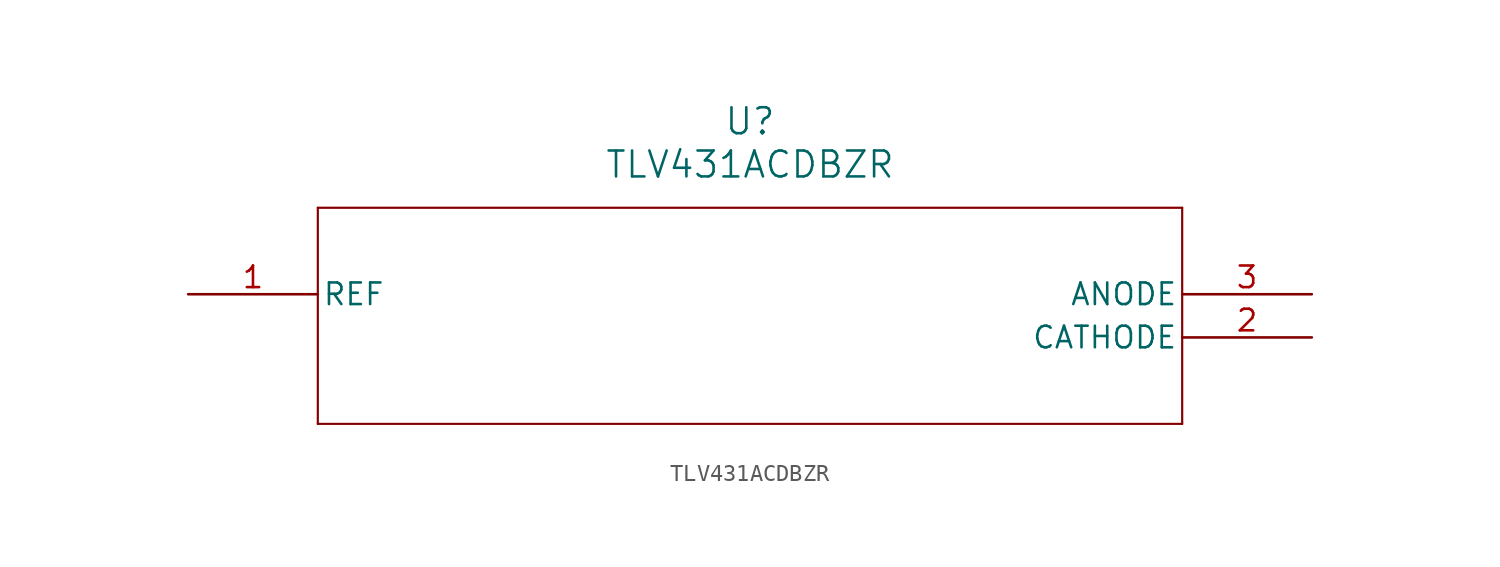
<source format=kicad_sym>
(kicad_symbol_lib
  (version 20211014)
  (generator kicad_symbol_editor)
  (symbol "TLV431ACDBZR"
    (pin_names
      (offset 0.254))
    (property "Reference" "U"
      (at 33.02 10.16 0)
      (effects (font (size 1.524 1.524))))
    (property "Value" "TLV431ACDBZR"
      (at 33.02 7.62 0)
      (effects (font (size 1.524 1.524))))
    (symbol "TLV431ACDBZR_0_1"
      (polyline (pts (xy 7.62 5.08) (xy 7.62 -7.62)) (stroke (width 0.127) (type default) (color 0 0 0 0)) (fill (type none)))
      (polyline (pts (xy 7.62 -7.62) (xy 58.42 -7.62)) (stroke (width 0.127) (type default) (color 0 0 0 0)) (fill (type none)))
      (polyline (pts (xy 58.42 -7.62) (xy 58.42 5.08)) (stroke (width 0.127) (type default) (color 0 0 0 0)) (fill (type none)))
      (polyline (pts (xy 58.42 5.08) (xy 7.62 5.08)) (stroke (width 0.127) (type default) (color 0 0 0 0)) (fill (type none)))
      (pin unspecified line (at 0 0 0) (length 7.62) (name "REF" (effects (font (size 1.27 1.27)))) (number "1" (effects (font (size 1.27 1.27)))))
      (pin unspecified line (at 66.04 -2.54 180) (length 7.62) (name "CATHODE" (effects (font (size 1.27 1.27)))) (number "2" (effects (font (size 1.27 1.27)))))
      (pin unspecified line (at 66.04 0 180) (length 7.62) (name "ANODE" (effects (font (size 1.27 1.27)))) (number "3" (effects (font (size 1.27 1.27))))))))
</source>
